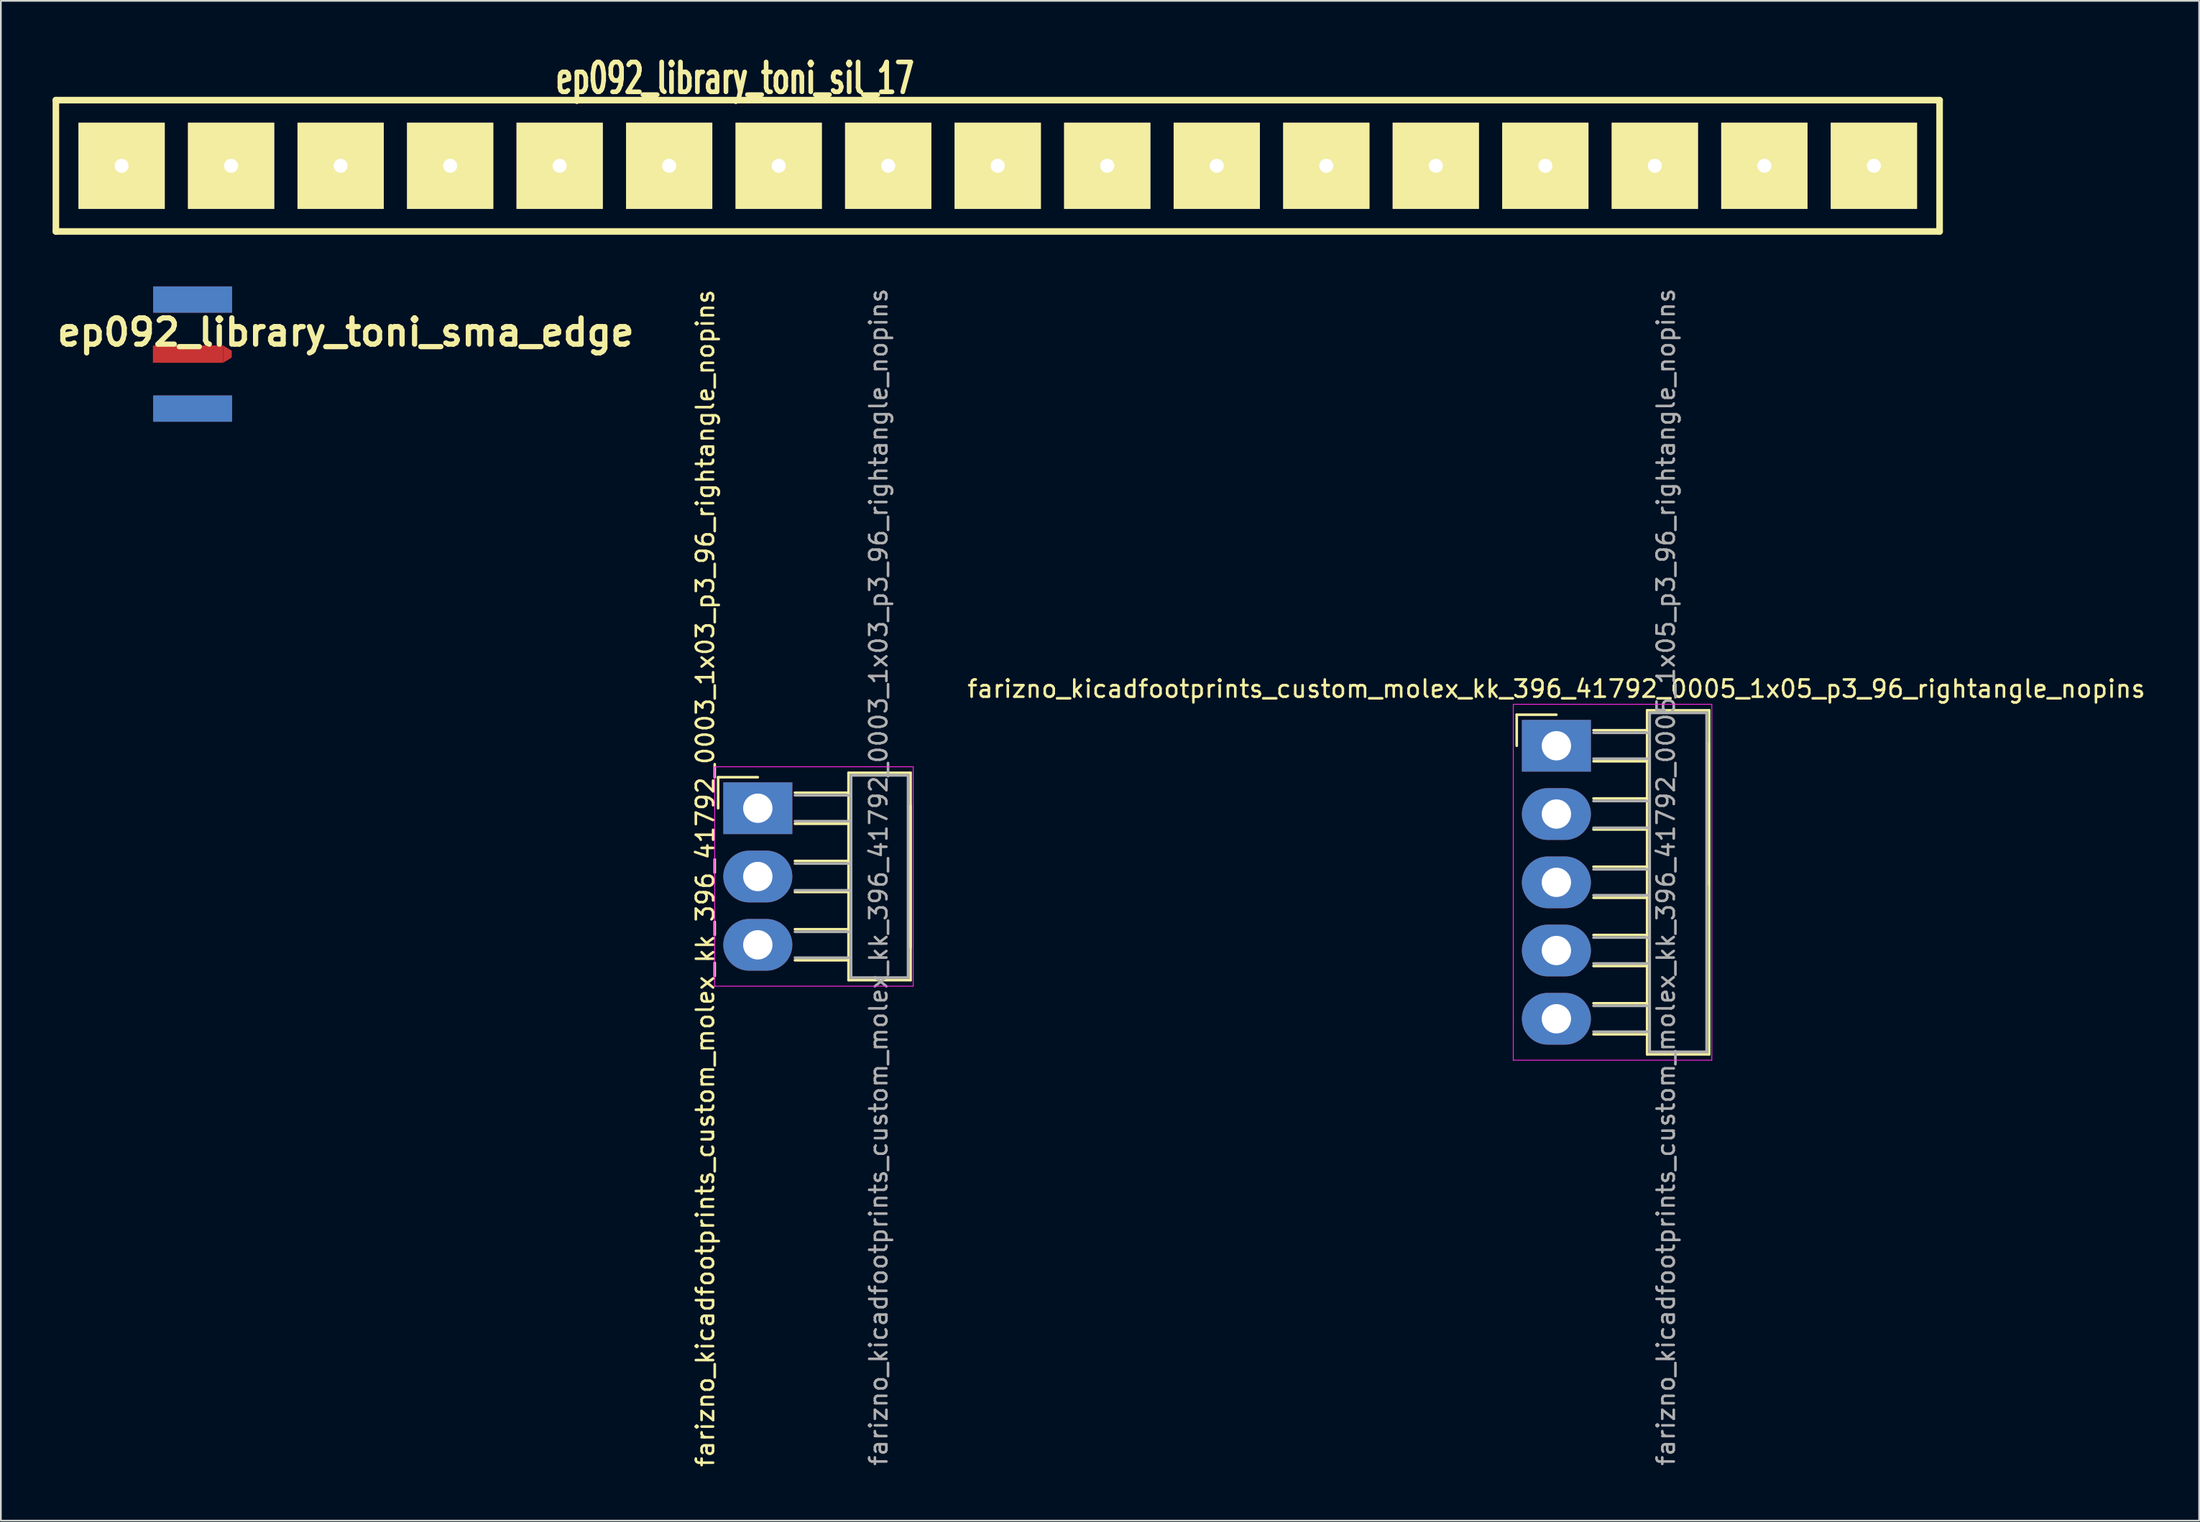
<source format=kicad_pcb>
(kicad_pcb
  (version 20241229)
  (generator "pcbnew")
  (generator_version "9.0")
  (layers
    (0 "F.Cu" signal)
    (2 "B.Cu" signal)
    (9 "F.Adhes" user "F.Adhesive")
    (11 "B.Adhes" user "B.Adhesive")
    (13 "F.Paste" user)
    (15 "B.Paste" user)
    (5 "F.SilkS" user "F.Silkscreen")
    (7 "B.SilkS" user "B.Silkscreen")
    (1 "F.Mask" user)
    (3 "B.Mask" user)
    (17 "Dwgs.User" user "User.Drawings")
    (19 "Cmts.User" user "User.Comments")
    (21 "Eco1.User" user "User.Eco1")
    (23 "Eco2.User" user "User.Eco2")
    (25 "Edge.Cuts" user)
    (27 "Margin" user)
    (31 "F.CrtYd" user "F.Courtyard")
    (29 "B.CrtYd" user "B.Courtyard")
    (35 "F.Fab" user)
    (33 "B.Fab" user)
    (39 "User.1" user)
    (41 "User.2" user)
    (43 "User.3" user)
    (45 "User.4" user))
  (footprint "farizno_kicadfootprints_custom_molex_kk_396_41792_0003_1x03_p3_96_rightangle_nopins"
    (layer "F.Cu")
    (at 40.889 43.842)
    (property "Reference" "farizno_kicadfootprints_custom_molex_kk_396_41792_0003_1x03_p3_96_rightangle_nopins" (at -3.048 4.064 90) (layer "F.SilkS") (effects (font (size 1 1) (thickness 0.15))))
    (attr through_hole)
    (fp_line (start -2.3 -1.8) (end 0 -1.8) (stroke (width 0.15) (type solid)) (layer "F.SilkS"))
    (fp_line (start -2.3 0) (end -2.3 -1.8) (stroke (width 0.15) (type solid)) (layer "F.SilkS"))
    (fp_line (start 2.15 0.9) (end 5.26 0.9) (stroke (width 0.15) (type solid)) (layer "F.SilkS"))
    (fp_line (start 2.15 3.06) (end 5.26 3.06) (stroke (width 0.15) (type solid)) (layer "F.SilkS"))
    (fp_line (start 2.15 4.86) (end 5.26 4.86) (stroke (width 0.15) (type solid)) (layer "F.SilkS"))
    (fp_line (start 2.15 7.02) (end 5.26 7.02) (stroke (width 0.15) (type solid)) (layer "F.SilkS"))
    (fp_line (start 2.15 8.82) (end 5.26 8.82) (stroke (width 0.15) (type solid)) (layer "F.SilkS"))
    (fp_line (start 5.26 -2.055) (end 5.26 9.975) (stroke (width 0.15) (type solid)) (layer "F.SilkS"))
    (fp_line (start 5.26 -0.9) (end 2.15 -0.9) (stroke (width 0.15) (type solid)) (layer "F.SilkS"))
    (fp_line (start 5.26 9.975) (end 8.86 9.975) (stroke (width 0.15) (type solid)) (layer "F.SilkS"))
    (fp_line (start 8.86 -2.055) (end 5.26 -2.055) (stroke (width 0.15) (type solid)) (layer "F.SilkS"))
    (fp_line (start 8.86 8.07) (end 8.86 -0.15) (stroke (width 0.15) (type solid)) (layer "F.SilkS"))
    (fp_line (start 8.86 9.975) (end 8.86 -2.055) (stroke (width 0.15) (type solid)) (layer "F.SilkS"))
    (fp_line (start -2.5 -2.405) (end 9.01 -2.405) (stroke (width 0.05) (type solid)) (layer "F.CrtYd"))
    (fp_line (start -2.5 10.325) (end -2.5 -2.405) (stroke (width 0.05) (type solid)) (layer "F.CrtYd"))
    (fp_line (start 9.01 -2.405) (end 9.01 10.325) (stroke (width 0.05) (type solid)) (layer "F.CrtYd"))
    (fp_line (start 9.01 10.325) (end -2.5 10.325) (stroke (width 0.05) (type solid)) (layer "F.CrtYd"))
    (fp_line (start 2.15 0.75) (end 5.41 0.75) (stroke (width 0.15) (type solid)) (layer "F.Fab"))
    (fp_line (start 2.15 3.21) (end 5.41 3.21) (stroke (width 0.15) (type solid)) (layer "F.Fab"))
    (fp_line (start 2.15 4.76) (end 5.41 4.76) (stroke (width 0.15) (type solid)) (layer "F.Fab"))
    (fp_line (start 2.15 7.17) (end 5.41 7.17) (stroke (width 0.15) (type solid)) (layer "F.Fab"))
    (fp_line (start 2.15 8.67) (end 5.41 8.67) (stroke (width 0.15) (type solid)) (layer "F.Fab"))
    (fp_line (start 5.41 -1.905) (end 5.41 9.825) (stroke (width 0.15) (type solid)) (layer "F.Fab"))
    (fp_line (start 5.41 -0.75) (end 2.15 -0.75) (stroke (width 0.15) (type solid)) (layer "F.Fab"))
    (fp_line (start 5.41 9.825) (end 8.71 9.825) (stroke (width 0.15) (type solid)) (layer "F.Fab"))
    (fp_line (start 8.71 -1.905) (end 5.41 -1.905) (stroke (width 0.15) (type solid)) (layer "F.Fab"))
    (fp_line (start 8.71 9.825) (end 8.71 -1.905) (stroke (width 0.15) (type solid)) (layer "F.Fab"))
    (fp_text user "${REFERENCE}" (at 7 3.995 270) (layer "F.Fab") (effects (font (size 1 1) (thickness 0.15))))
    (pad "1" thru_hole rect (at 0 0 270) (size 3 4) (drill 1.7) (layers "*.Cu" "*.Mask"))
    (pad "2" thru_hole oval (at 0 3.962 270) (size 3 4) (drill 1.7) (layers "*.Cu" "*.Mask"))
    (pad "3" thru_hole oval (at 0 7.925 270) (size 3 4) (drill 1.7) (layers "*.Cu" "*.Mask")))
  (footprint "farizno_kicadfootprints_custom_molex_kk_396_41792_0005_1x05_p3_96_rightangle_nopins"
    (layer "F.Cu")
    (at 87.192 40.217)
    (property "Reference" "farizno_kicadfootprints_custom_molex_kk_396_41792_0005_1x05_p3_96_rightangle_nopins" (at 0 -3.302 0) (layer "F.SilkS") (effects (font (size 1 1) (thickness 0.15))))
    (attr through_hole)
    (fp_line (start -2.3 -1.8) (end 0 -1.8) (stroke (width 0.15) (type solid)) (layer "F.SilkS"))
    (fp_line (start -2.3 0) (end -2.3 -1.8) (stroke (width 0.15) (type solid)) (layer "F.SilkS"))
    (fp_line (start 2.15 0.9) (end 5.26 0.9) (stroke (width 0.15) (type solid)) (layer "F.SilkS"))
    (fp_line (start 2.15 3.06) (end 5.26 3.06) (stroke (width 0.15) (type solid)) (layer "F.SilkS"))
    (fp_line (start 2.15 4.86) (end 5.26 4.86) (stroke (width 0.15) (type solid)) (layer "F.SilkS"))
    (fp_line (start 2.15 7.02) (end 5.26 7.02) (stroke (width 0.15) (type solid)) (layer "F.SilkS"))
    (fp_line (start 2.15 8.82) (end 5.26 8.82) (stroke (width 0.15) (type solid)) (layer "F.SilkS"))
    (fp_line (start 2.15 10.98) (end 5.26 10.98) (stroke (width 0.15) (type solid)) (layer "F.SilkS"))
    (fp_line (start 2.15 12.78) (end 5.26 12.78) (stroke (width 0.15) (type solid)) (layer "F.SilkS"))
    (fp_line (start 2.15 14.94) (end 5.26 14.94) (stroke (width 0.15) (type solid)) (layer "F.SilkS"))
    (fp_line (start 2.15 16.74) (end 5.26 16.74) (stroke (width 0.15) (type solid)) (layer "F.SilkS"))
    (fp_line (start 5.26 -2.055) (end 5.26 17.904) (stroke (width 0.15) (type solid)) (layer "F.SilkS"))
    (fp_line (start 5.26 -0.9) (end 2.15 -0.9) (stroke (width 0.15) (type solid)) (layer "F.SilkS"))
    (fp_line (start 8.86 -2.055) (end 5.26 -2.055) (stroke (width 0.15) (type solid)) (layer "F.SilkS"))
    (fp_line (start 8.86 -2.055) (end 8.86 17.904) (stroke (width 0.15) (type solid)) (layer "F.SilkS"))
    (fp_line (start 8.86 8.07) (end 8.86 -0.15) (stroke (width 0.15) (type solid)) (layer "F.SilkS"))
    (fp_line (start 8.86 17.905) (end 5.26 17.905) (stroke (width 0.15) (type solid)) (layer "F.SilkS"))
    (fp_line (start -2.5 -2.405) (end 9.01 -2.405) (stroke (width 0.05) (type solid)) (layer "F.CrtYd"))
    (fp_line (start -2.5 18.255) (end -2.5 -2.405) (stroke (width 0.05) (type solid)) (layer "F.CrtYd"))
    (fp_line (start 9.01 -2.405) (end 9.01 18.245) (stroke (width 0.05) (type solid)) (layer "F.CrtYd"))
    (fp_line (start 9.01 18.245) (end -2.5 18.245) (stroke (width 0.05) (type solid)) (layer "F.CrtYd"))
    (fp_line (start 2.15 0.75) (end 5.41 0.75) (stroke (width 0.15) (type solid)) (layer "F.Fab"))
    (fp_line (start 2.15 3.21) (end 5.41 3.21) (stroke (width 0.15) (type solid)) (layer "F.Fab"))
    (fp_line (start 2.15 4.76) (end 5.41 4.76) (stroke (width 0.15) (type solid)) (layer "F.Fab"))
    (fp_line (start 2.15 7.17) (end 5.41 7.17) (stroke (width 0.15) (type solid)) (layer "F.Fab"))
    (fp_line (start 2.15 8.67) (end 5.41 8.67) (stroke (width 0.15) (type solid)) (layer "F.Fab"))
    (fp_line (start 2.15 11.13) (end 5.41 11.13) (stroke (width 0.15) (type solid)) (layer "F.Fab"))
    (fp_line (start 2.15 12.63) (end 5.41 12.63) (stroke (width 0.15) (type solid)) (layer "F.Fab"))
    (fp_line (start 2.15 15.09) (end 5.41 15.09) (stroke (width 0.15) (type solid)) (layer "F.Fab"))
    (fp_line (start 2.15 16.59) (end 5.41 16.59) (stroke (width 0.15) (type solid)) (layer "F.Fab"))
    (fp_line (start 5.41 -1.905) (end 5.41 17.755) (stroke (width 0.15) (type solid)) (layer "F.Fab"))
    (fp_line (start 5.41 -0.75) (end 2.15 -0.75) (stroke (width 0.15) (type solid)) (layer "F.Fab"))
    (fp_line (start 5.41 17.755) (end 8.71 17.755) (stroke (width 0.15) (type solid)) (layer "F.Fab"))
    (fp_line (start 8.71 17.755) (end 8.71 -1.905) (stroke (width 0.15) (type solid)) (layer "F.Fab"))
    (fp_line (start 8.71 -1.905) (end 5.41 -1.905) (stroke (width 0.15) (type solid)) (layer "F.Fab"))
    (fp_text user "${REFERENCE}" (at 6.35 7.62 270) (layer "F.Fab") (effects (font (size 1 1) (thickness 0.15))))
    (pad "1" thru_hole rect (at 0 0 270) (size 3 4) (drill 1.7) (layers "*.Cu" "*.Mask"))
    (pad "2" thru_hole oval (at 0 3.962 270) (size 3 4) (drill 1.7) (layers "*.Cu" "*.Mask"))
    (pad "3" thru_hole oval (at 0 7.925 270) (size 3 4) (drill 1.7) (layers "*.Cu" "*.Mask"))
    (pad "4" thru_hole oval (at 0 11.88 270) (size 3 4) (drill 1.7) (layers "*.Cu" "*.Mask"))
    (pad "5" thru_hole oval (at 0 15.84 270) (size 3 4) (drill 1.7) (layers "*.Cu" "*.Mask")))
  (footprint "ep092_library_toni_sil_17"
    (layer "F.Cu")
    (at 48.45 6.569)
    (property "Reference" "ep092_library_toni_sil_17" (at -8.89 -5.08 0) (layer "F.SilkS") (effects (font (size 1.73 1.087) (thickness 0.272))))
    (attr through_hole)
    (fp_line (start -48.26 -3.81) (end -48.26 3.81) (stroke (width 0.381) (type solid)) (layer "F.SilkS"))
    (fp_line (start -48.26 3.81) (end 60.96 3.81) (stroke (width 0.381) (type solid)) (layer "F.SilkS"))
    (fp_line (start 60.96 -3.81) (end -48.26 -3.81) (stroke (width 0.381) (type solid)) (layer "F.SilkS"))
    (fp_line (start 60.96 3.81) (end 60.96 -3.81) (stroke (width 0.381) (type solid)) (layer "F.SilkS"))
    (pad "1" thru_hole rect (at -44.45 0) (size 5.001 5.001) (drill 0.813) (layers "*.Cu" "*.Mask" "F.SilkS"))
    (pad "2" thru_hole rect (at -38.1 0) (size 5.001 5.001) (drill 0.813) (layers "*.Cu" "*.Mask" "F.SilkS"))
    (pad "3" thru_hole rect (at -31.75 0) (size 5.001 5.001) (drill 0.813) (layers "*.Cu" "*.Mask" "F.SilkS"))
    (pad "4" thru_hole rect (at -25.4 0) (size 5.001 5.001) (drill 0.813) (layers "*.Cu" "*.Mask" "F.SilkS"))
    (pad "5" thru_hole rect (at -19.05 0) (size 5.001 5.001) (drill 0.813) (layers "*.Cu" "*.Mask" "F.SilkS"))
    (pad "6" thru_hole rect (at -12.7 0) (size 5.001 5.001) (drill 0.813) (layers "*.Cu" "*.Mask" "F.SilkS"))
    (pad "7" thru_hole rect (at -6.35 0) (size 5.001 5.001) (drill 0.813) (layers "*.Cu" "*.Mask" "F.SilkS"))
    (pad "8" thru_hole rect (at 0 0) (size 5.001 5.001) (drill 0.813) (layers "*.Cu" "*.Mask" "F.SilkS"))
    (pad "9" thru_hole rect (at 6.35 0) (size 5.001 5.001) (drill 0.813) (layers "*.Cu" "*.Mask" "F.SilkS"))
    (pad "10" thru_hole rect (at 12.7 0) (size 5.001 5.001) (drill 0.813) (layers "*.Cu" "*.Mask" "F.SilkS"))
    (pad "11" thru_hole rect (at 19.05 0) (size 5.001 5.001) (drill 0.813) (layers "*.Cu" "*.Mask" "F.SilkS"))
    (pad "12" thru_hole rect (at 25.4 0) (size 5.001 5.001) (drill 0.813) (layers "*.Cu" "*.Mask" "F.SilkS"))
    (pad "13" thru_hole rect (at 31.75 0) (size 5.001 5.001) (drill 0.813) (layers "*.Cu" "*.Mask" "F.SilkS"))
    (pad "14" thru_hole rect (at 38.1 0) (size 5.001 5.001) (drill 0.813) (layers "*.Cu" "*.Mask" "F.SilkS"))
    (pad "15" thru_hole rect (at 44.45 0) (size 5.001 5.001) (drill 0.813) (layers "*.Cu" "*.Mask" "F.SilkS"))
    (pad "16" thru_hole rect (at 50.8 0) (size 5.001 5.001) (drill 0.813) (layers "*.Cu" "*.Mask" "F.SilkS"))
    (pad "17" thru_hole rect (at 57.15 0) (size 5.001 5.001) (drill 0.813) (layers "*.Cu" "*.Mask" "F.SilkS")))
  (footprint "ep092_library_toni_sma_edge"
    (layer "F.Cu")
    (at 16.996 16.226)
    (property "Reference" "ep092_library_toni_sma_edge" (at 0 0 0) (layer "F.SilkS") (effects (font (size 1.524 1.524) (thickness 0.305))))
    (attr through_hole)
    (pad "0" connect rect (at -8.877 -1.895) (size 4.572 1.524) (layers "F.Cu" "F.Mask"))
    (pad "0" connect rect (at -8.877 -1.895) (size 4.572 1.524) (layers "B.Cu" "B.Mask"))
    (pad "1" connect rect (at -9.144 1.27) (size 4.072 1) (layers "F.Cu" "F.Mask"))
    (pad "1" connect trapezoid (at -6.858 1.27) (size 0.5 0.7) (rect_delta 0.3 0) (layers "F.Cu" "F.Mask"))
    (pad "2" connect rect (at -8.877 4.43) (size 4.572 1.524) (layers "F.Cu" "F.Mask"))
    (pad "2" connect rect (at -8.877 4.43) (size 4.572 1.524) (layers "B.Cu" "B.Mask")))
  (gr_rect
    (start -3 -3)
    (end 124.459 85.174)
    (stroke (width 0.1) (type default))
    (fill no)
    (layer "Edge.Cuts")))
</source>
